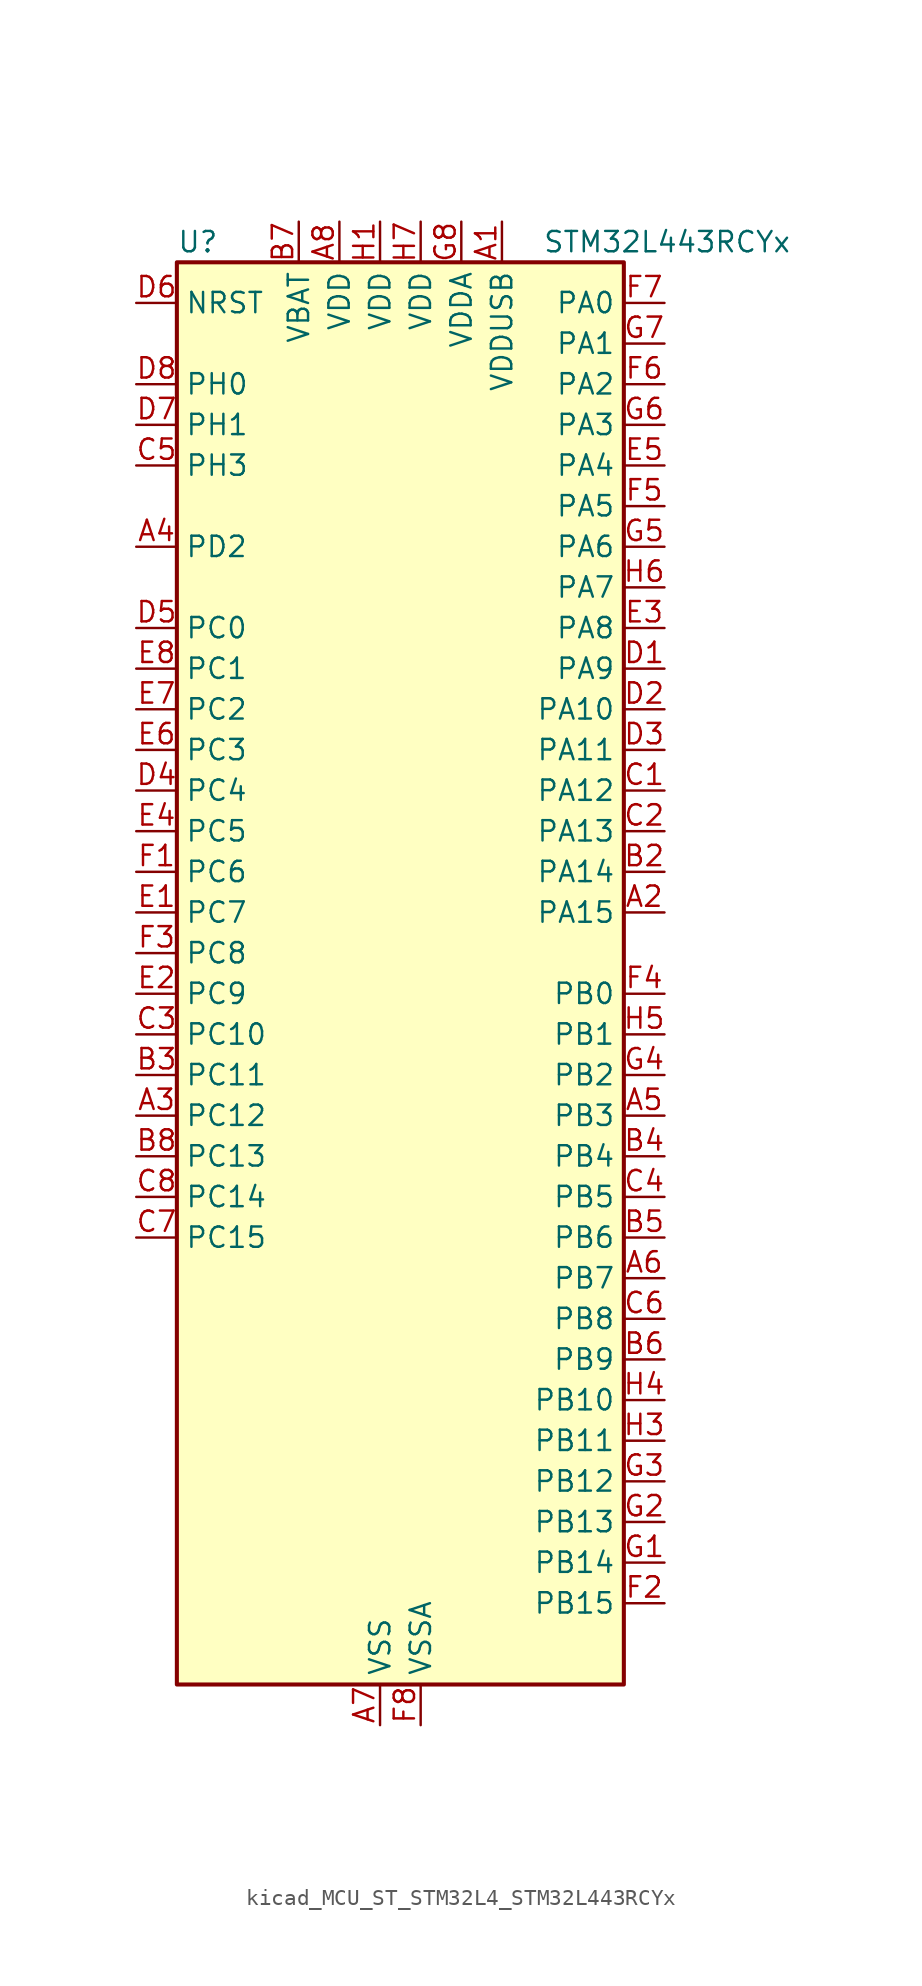
<source format=kicad_sym>
(kicad_symbol_lib
  (version 20220914)
  (generator kicad_symbol_editor)
  (symbol "kicad_MCU_ST_STM32L4_STM32L443RCYx"
    (property "Reference" "U"
      (at -12.7 46.99 0)
      (effects (font (size 1.27 1.27)) (justify left)))
    (property "Value" "STM32L443RCYx"
      (at 10.16 46.99 0)
      (effects (font (size 1.27 1.27)) (justify left)))
    (property "ki_locked" ""
      (at 0 0 0)
      (effects (font (size 1.27 1.27))))
    (symbol "kicad_MCU_ST_STM32L4_STM32L443RCYx_0_1"
      (rectangle (start -12.7 -43.18) (end 15.24 45.72) (stroke (width 0.254) (type default)) (fill (type background))))
    (symbol "kicad_MCU_ST_STM32L4_STM32L443RCYx_1_1"
      (pin power_in line (at 7.62 48.26 270) (length 2.54) (name "VDDUSB" (effects (font (size 1.27 1.27)))) (number "A1" (effects (font (size 1.27 1.27)))))
      (pin bidirectional line (at 17.78 5.08 180) (length 2.54) (name "PA15" (effects (font (size 1.27 1.27)))) (number "A2" (effects (font (size 1.27 1.27)))) (alternate "ADC1_EXTI15" bidirectional line) (alternate "LCD_SEG17" bidirectional line) (alternate "SPI1_NSS" bidirectional line) (alternate "SPI3_NSS" bidirectional line) (alternate "SWPMI1_SUSPEND" bidirectional line) (alternate "SYS_JTDI" bidirectional line) (alternate "TIM2_CH1" bidirectional line) (alternate "TIM2_ETR" bidirectional line) (alternate "TSC_G3_IO1" bidirectional line) (alternate "USART2_RX" bidirectional line) (alternate "USART3_DE" bidirectional line) (alternate "USART3_RTS" bidirectional line))
      (pin bidirectional line (at -15.24 -7.62 0) (length 2.54) (name "PC12" (effects (font (size 1.27 1.27)))) (number "A3" (effects (font (size 1.27 1.27)))) (alternate "LCD_COM6" bidirectional line) (alternate "LCD_SEG30" bidirectional line) (alternate "LCD_SEG42" bidirectional line) (alternate "SDMMC1_CK" bidirectional line) (alternate "SPI3_MOSI" bidirectional line) (alternate "TSC_G3_IO4" bidirectional line) (alternate "USART3_CK" bidirectional line))
      (pin bidirectional line (at -15.24 27.94 0) (length 2.54) (name "PD2" (effects (font (size 1.27 1.27)))) (number "A4" (effects (font (size 1.27 1.27)))) (alternate "LCD_COM7" bidirectional line) (alternate "LCD_SEG31" bidirectional line) (alternate "LCD_SEG43" bidirectional line) (alternate "SDMMC1_CMD" bidirectional line) (alternate "TSC_SYNC" bidirectional line) (alternate "USART3_DE" bidirectional line) (alternate "USART3_RTS" bidirectional line))
      (pin bidirectional line (at 17.78 -7.62 180) (length 2.54) (name "PB3" (effects (font (size 1.27 1.27)))) (number "A5" (effects (font (size 1.27 1.27)))) (alternate "COMP2_INM" bidirectional line) (alternate "LCD_SEG7" bidirectional line) (alternate "SAI1_SCK_B" bidirectional line) (alternate "SPI1_SCK" bidirectional line) (alternate "SPI3_SCK" bidirectional line) (alternate "SYS_JTDO-SWO" bidirectional line) (alternate "TIM2_CH2" bidirectional line) (alternate "USART1_DE" bidirectional line) (alternate "USART1_RTS" bidirectional line))
      (pin bidirectional line (at 17.78 -17.78 180) (length 2.54) (name "PB7" (effects (font (size 1.27 1.27)))) (number "A6" (effects (font (size 1.27 1.27)))) (alternate "COMP2_INM" bidirectional line) (alternate "I2C1_SDA" bidirectional line) (alternate "LCD_SEG21" bidirectional line) (alternate "LPTIM1_IN2" bidirectional line) (alternate "SYS_PVD_IN" bidirectional line) (alternate "TSC_G2_IO4" bidirectional line) (alternate "USART1_RX" bidirectional line))
      (pin power_in line (at 0 -45.72 90) (length 2.54) (name "VSS" (effects (font (size 1.27 1.27)))) (number "A7" (effects (font (size 1.27 1.27)))))
      (pin power_in line (at -2.54 48.26 270) (length 2.54) (name "VDD" (effects (font (size 1.27 1.27)))) (number "A8" (effects (font (size 1.27 1.27)))))
      (pin passive line (at 0 -45.72 90) (length 2.54) hide (name "VSS" (effects (font (size 1.27 1.27)))) (number "B1" (effects (font (size 1.27 1.27)))))
      (pin bidirectional line (at 17.78 7.62 180) (length 2.54) (name "PA14" (effects (font (size 1.27 1.27)))) (number "B2" (effects (font (size 1.27 1.27)))) (alternate "I2C1_SMBA" bidirectional line) (alternate "LPTIM1_OUT" bidirectional line) (alternate "SAI1_FS_B" bidirectional line) (alternate "SWPMI1_RX" bidirectional line) (alternate "SYS_JTCK-SWCLK" bidirectional line))
      (pin bidirectional line (at -15.24 -5.08 0) (length 2.54) (name "PC11" (effects (font (size 1.27 1.27)))) (number "B3" (effects (font (size 1.27 1.27)))) (alternate "ADC1_EXTI11" bidirectional line) (alternate "LCD_COM5" bidirectional line) (alternate "LCD_SEG29" bidirectional line) (alternate "LCD_SEG41" bidirectional line) (alternate "SDMMC1_D3" bidirectional line) (alternate "SPI3_MISO" bidirectional line) (alternate "TSC_G3_IO3" bidirectional line) (alternate "USART3_RX" bidirectional line))
      (pin bidirectional line (at 17.78 -10.16 180) (length 2.54) (name "PB4" (effects (font (size 1.27 1.27)))) (number "B4" (effects (font (size 1.27 1.27)))) (alternate "COMP2_INP" bidirectional line) (alternate "I2C3_SDA" bidirectional line) (alternate "LCD_SEG8" bidirectional line) (alternate "SAI1_MCLK_B" bidirectional line) (alternate "SPI1_MISO" bidirectional line) (alternate "SPI3_MISO" bidirectional line) (alternate "SYS_JTRST" bidirectional line) (alternate "TSC_G2_IO1" bidirectional line) (alternate "USART1_CTS" bidirectional line))
      (pin bidirectional line (at 17.78 -15.24 180) (length 2.54) (name "PB6" (effects (font (size 1.27 1.27)))) (number "B5" (effects (font (size 1.27 1.27)))) (alternate "COMP2_INP" bidirectional line) (alternate "I2C1_SCL" bidirectional line) (alternate "LPTIM1_ETR" bidirectional line) (alternate "SAI1_FS_B" bidirectional line) (alternate "TIM16_CH1N" bidirectional line) (alternate "TSC_G2_IO3" bidirectional line) (alternate "USART1_TX" bidirectional line))
      (pin bidirectional line (at 17.78 -22.86 180) (length 2.54) (name "PB9" (effects (font (size 1.27 1.27)))) (number "B6" (effects (font (size 1.27 1.27)))) (alternate "CAN1_TX" bidirectional line) (alternate "DAC1_EXTI9" bidirectional line) (alternate "I2C1_SDA" bidirectional line) (alternate "IR_OUT" bidirectional line) (alternate "LCD_COM3" bidirectional line) (alternate "SAI1_FS_A" bidirectional line) (alternate "SDMMC1_D5" bidirectional line) (alternate "SPI2_NSS" bidirectional line))
      (pin power_in line (at -5.08 48.26 270) (length 2.54) (name "VBAT" (effects (font (size 1.27 1.27)))) (number "B7" (effects (font (size 1.27 1.27)))))
      (pin bidirectional line (at -15.24 -10.16 0) (length 2.54) (name "PC13" (effects (font (size 1.27 1.27)))) (number "B8" (effects (font (size 1.27 1.27)))) (alternate "RTC_OUT_ALARM" bidirectional line) (alternate "RTC_OUT_CALIB" bidirectional line) (alternate "RTC_TAMP1" bidirectional line) (alternate "RTC_TS" bidirectional line) (alternate "SYS_WKUP2" bidirectional line))
      (pin bidirectional line (at 17.78 12.7 180) (length 2.54) (name "PA12" (effects (font (size 1.27 1.27)))) (number "C1" (effects (font (size 1.27 1.27)))) (alternate "CAN1_TX" bidirectional line) (alternate "SPI1_MOSI" bidirectional line) (alternate "TIM1_ETR" bidirectional line) (alternate "USART1_DE" bidirectional line) (alternate "USART1_RTS" bidirectional line) (alternate "USB_DP" bidirectional line))
      (pin bidirectional line (at 17.78 10.16 180) (length 2.54) (name "PA13" (effects (font (size 1.27 1.27)))) (number "C2" (effects (font (size 1.27 1.27)))) (alternate "IR_OUT" bidirectional line) (alternate "SAI1_SD_B" bidirectional line) (alternate "SWPMI1_TX" bidirectional line) (alternate "SYS_JTMS-SWDIO" bidirectional line) (alternate "USB_NOE" bidirectional line))
      (pin bidirectional line (at -15.24 -2.54 0) (length 2.54) (name "PC10" (effects (font (size 1.27 1.27)))) (number "C3" (effects (font (size 1.27 1.27)))) (alternate "LCD_COM4" bidirectional line) (alternate "LCD_SEG28" bidirectional line) (alternate "LCD_SEG40" bidirectional line) (alternate "SDMMC1_D2" bidirectional line) (alternate "SPI3_SCK" bidirectional line) (alternate "TSC_G3_IO2" bidirectional line) (alternate "USART3_TX" bidirectional line))
      (pin bidirectional line (at 17.78 -12.7 180) (length 2.54) (name "PB5" (effects (font (size 1.27 1.27)))) (number "C4" (effects (font (size 1.27 1.27)))) (alternate "COMP2_OUT" bidirectional line) (alternate "I2C1_SMBA" bidirectional line) (alternate "LCD_SEG9" bidirectional line) (alternate "LPTIM1_IN1" bidirectional line) (alternate "SAI1_SD_B" bidirectional line) (alternate "SPI1_MOSI" bidirectional line) (alternate "SPI3_MOSI" bidirectional line) (alternate "TIM16_BKIN" bidirectional line) (alternate "TSC_G2_IO2" bidirectional line) (alternate "USART1_CK" bidirectional line))
      (pin bidirectional line (at -15.24 33.02 0) (length 2.54) (name "PH3" (effects (font (size 1.27 1.27)))) (number "C5" (effects (font (size 1.27 1.27)))))
      (pin bidirectional line (at 17.78 -20.32 180) (length 2.54) (name "PB8" (effects (font (size 1.27 1.27)))) (number "C6" (effects (font (size 1.27 1.27)))) (alternate "CAN1_RX" bidirectional line) (alternate "I2C1_SCL" bidirectional line) (alternate "LCD_SEG16" bidirectional line) (alternate "SAI1_MCLK_A" bidirectional line) (alternate "SDMMC1_D4" bidirectional line) (alternate "TIM16_CH1" bidirectional line))
      (pin bidirectional line (at -15.24 -15.24 0) (length 2.54) (name "PC15" (effects (font (size 1.27 1.27)))) (number "C7" (effects (font (size 1.27 1.27)))) (alternate "ADC1_EXTI15" bidirectional line) (alternate "RCC_OSC32_OUT" bidirectional line))
      (pin bidirectional line (at -15.24 -12.7 0) (length 2.54) (name "PC14" (effects (font (size 1.27 1.27)))) (number "C8" (effects (font (size 1.27 1.27)))) (alternate "RCC_OSC32_IN" bidirectional line))
      (pin bidirectional line (at 17.78 20.32 180) (length 2.54) (name "PA9" (effects (font (size 1.27 1.27)))) (number "D1" (effects (font (size 1.27 1.27)))) (alternate "DAC1_EXTI9" bidirectional line) (alternate "I2C1_SCL" bidirectional line) (alternate "LCD_COM1" bidirectional line) (alternate "SAI1_FS_A" bidirectional line) (alternate "TIM15_BKIN" bidirectional line) (alternate "TIM1_CH2" bidirectional line) (alternate "USART1_TX" bidirectional line))
      (pin bidirectional line (at 17.78 17.78 180) (length 2.54) (name "PA10" (effects (font (size 1.27 1.27)))) (number "D2" (effects (font (size 1.27 1.27)))) (alternate "CRS_SYNC" bidirectional line) (alternate "I2C1_SDA" bidirectional line) (alternate "LCD_COM2" bidirectional line) (alternate "SAI1_SD_A" bidirectional line) (alternate "TIM1_CH3" bidirectional line) (alternate "USART1_RX" bidirectional line))
      (pin bidirectional line (at 17.78 15.24 180) (length 2.54) (name "PA11" (effects (font (size 1.27 1.27)))) (number "D3" (effects (font (size 1.27 1.27)))) (alternate "ADC1_EXTI11" bidirectional line) (alternate "CAN1_RX" bidirectional line) (alternate "COMP1_OUT" bidirectional line) (alternate "SPI1_MISO" bidirectional line) (alternate "TIM1_BKIN2" bidirectional line) (alternate "TIM1_BKIN2_COMP1" bidirectional line) (alternate "TIM1_CH4" bidirectional line) (alternate "USART1_CTS" bidirectional line) (alternate "USB_DM" bidirectional line))
      (pin bidirectional line (at -15.24 12.7 0) (length 2.54) (name "PC4" (effects (font (size 1.27 1.27)))) (number "D4" (effects (font (size 1.27 1.27)))) (alternate "ADC1_IN13" bidirectional line) (alternate "COMP1_INM" bidirectional line) (alternate "LCD_SEG22" bidirectional line) (alternate "USART3_TX" bidirectional line))
      (pin bidirectional line (at -15.24 22.86 0) (length 2.54) (name "PC0" (effects (font (size 1.27 1.27)))) (number "D5" (effects (font (size 1.27 1.27)))) (alternate "ADC1_IN1" bidirectional line) (alternate "I2C3_SCL" bidirectional line) (alternate "LCD_SEG18" bidirectional line) (alternate "LPTIM1_IN1" bidirectional line) (alternate "LPTIM2_IN1" bidirectional line) (alternate "LPUART1_RX" bidirectional line))
      (pin input line (at -15.24 43.18 0) (length 2.54) (name "NRST" (effects (font (size 1.27 1.27)))) (number "D6" (effects (font (size 1.27 1.27)))))
      (pin bidirectional line (at -15.24 35.56 0) (length 2.54) (name "PH1" (effects (font (size 1.27 1.27)))) (number "D7" (effects (font (size 1.27 1.27)))) (alternate "RCC_OSC_OUT" bidirectional line))
      (pin bidirectional line (at -15.24 38.1 0) (length 2.54) (name "PH0" (effects (font (size 1.27 1.27)))) (number "D8" (effects (font (size 1.27 1.27)))) (alternate "RCC_OSC_IN" bidirectional line))
      (pin bidirectional line (at -15.24 5.08 0) (length 2.54) (name "PC7" (effects (font (size 1.27 1.27)))) (number "E1" (effects (font (size 1.27 1.27)))) (alternate "LCD_SEG25" bidirectional line) (alternate "SDMMC1_D7" bidirectional line) (alternate "TSC_G4_IO2" bidirectional line))
      (pin bidirectional line (at -15.24 0 0) (length 2.54) (name "PC9" (effects (font (size 1.27 1.27)))) (number "E2" (effects (font (size 1.27 1.27)))) (alternate "DAC1_EXTI9" bidirectional line) (alternate "LCD_SEG27" bidirectional line) (alternate "SDMMC1_D1" bidirectional line) (alternate "TSC_G4_IO4" bidirectional line) (alternate "USB_NOE" bidirectional line))
      (pin bidirectional line (at 17.78 22.86 180) (length 2.54) (name "PA8" (effects (font (size 1.27 1.27)))) (number "E3" (effects (font (size 1.27 1.27)))) (alternate "LCD_COM0" bidirectional line) (alternate "LPTIM2_OUT" bidirectional line) (alternate "RCC_MCO" bidirectional line) (alternate "SAI1_SCK_A" bidirectional line) (alternate "SWPMI1_IO" bidirectional line) (alternate "TIM1_CH1" bidirectional line) (alternate "USART1_CK" bidirectional line))
      (pin bidirectional line (at -15.24 10.16 0) (length 2.54) (name "PC5" (effects (font (size 1.27 1.27)))) (number "E4" (effects (font (size 1.27 1.27)))) (alternate "ADC1_IN14" bidirectional line) (alternate "COMP1_INP" bidirectional line) (alternate "LCD_SEG23" bidirectional line) (alternate "SYS_WKUP5" bidirectional line) (alternate "USART3_RX" bidirectional line))
      (pin bidirectional line (at 17.78 33.02 180) (length 2.54) (name "PA4" (effects (font (size 1.27 1.27)))) (number "E5" (effects (font (size 1.27 1.27)))) (alternate "ADC1_IN9" bidirectional line) (alternate "COMP1_INM" bidirectional line) (alternate "COMP2_INM" bidirectional line) (alternate "DAC1_OUT1" bidirectional line) (alternate "LPTIM2_OUT" bidirectional line) (alternate "SAI1_FS_B" bidirectional line) (alternate "SPI1_NSS" bidirectional line) (alternate "SPI3_NSS" bidirectional line) (alternate "USART2_CK" bidirectional line))
      (pin bidirectional line (at -15.24 15.24 0) (length 2.54) (name "PC3" (effects (font (size 1.27 1.27)))) (number "E6" (effects (font (size 1.27 1.27)))) (alternate "ADC1_IN4" bidirectional line) (alternate "LCD_VLCD" bidirectional line) (alternate "LPTIM1_ETR" bidirectional line) (alternate "LPTIM2_ETR" bidirectional line) (alternate "SAI1_SD_A" bidirectional line) (alternate "SPI2_MOSI" bidirectional line))
      (pin bidirectional line (at -15.24 17.78 0) (length 2.54) (name "PC2" (effects (font (size 1.27 1.27)))) (number "E7" (effects (font (size 1.27 1.27)))) (alternate "ADC1_IN3" bidirectional line) (alternate "LCD_SEG20" bidirectional line) (alternate "LPTIM1_IN2" bidirectional line) (alternate "SPI2_MISO" bidirectional line))
      (pin bidirectional line (at -15.24 20.32 0) (length 2.54) (name "PC1" (effects (font (size 1.27 1.27)))) (number "E8" (effects (font (size 1.27 1.27)))) (alternate "ADC1_IN2" bidirectional line) (alternate "I2C3_SDA" bidirectional line) (alternate "LCD_SEG19" bidirectional line) (alternate "LPTIM1_OUT" bidirectional line) (alternate "LPUART1_TX" bidirectional line))
      (pin bidirectional line (at -15.24 7.62 0) (length 2.54) (name "PC6" (effects (font (size 1.27 1.27)))) (number "F1" (effects (font (size 1.27 1.27)))) (alternate "LCD_SEG24" bidirectional line) (alternate "SDMMC1_D6" bidirectional line) (alternate "TSC_G4_IO1" bidirectional line))
      (pin bidirectional line (at 17.78 -38.1 180) (length 2.54) (name "PB15" (effects (font (size 1.27 1.27)))) (number "F2" (effects (font (size 1.27 1.27)))) (alternate "ADC1_EXTI15" bidirectional line) (alternate "LCD_SEG15" bidirectional line) (alternate "RTC_REFIN" bidirectional line) (alternate "SAI1_SD_A" bidirectional line) (alternate "SPI2_MOSI" bidirectional line) (alternate "SWPMI1_SUSPEND" bidirectional line) (alternate "TIM15_CH2" bidirectional line) (alternate "TIM1_CH3N" bidirectional line) (alternate "TSC_G1_IO4" bidirectional line))
      (pin bidirectional line (at -15.24 2.54 0) (length 2.54) (name "PC8" (effects (font (size 1.27 1.27)))) (number "F3" (effects (font (size 1.27 1.27)))) (alternate "LCD_SEG26" bidirectional line) (alternate "SDMMC1_D0" bidirectional line) (alternate "TSC_G4_IO3" bidirectional line))
      (pin bidirectional line (at 17.78 0 180) (length 2.54) (name "PB0" (effects (font (size 1.27 1.27)))) (number "F4" (effects (font (size 1.27 1.27)))) (alternate "ADC1_IN15" bidirectional line) (alternate "COMP1_OUT" bidirectional line) (alternate "LCD_SEG5" bidirectional line) (alternate "QUADSPI_BK1_IO1" bidirectional line) (alternate "SAI1_EXTCLK" bidirectional line) (alternate "SPI1_NSS" bidirectional line) (alternate "TIM1_CH2N" bidirectional line) (alternate "USART3_CK" bidirectional line))
      (pin bidirectional line (at 17.78 30.48 180) (length 2.54) (name "PA5" (effects (font (size 1.27 1.27)))) (number "F5" (effects (font (size 1.27 1.27)))) (alternate "ADC1_IN10" bidirectional line) (alternate "COMP1_INM" bidirectional line) (alternate "COMP2_INM" bidirectional line) (alternate "DAC1_OUT2" bidirectional line) (alternate "LPTIM2_ETR" bidirectional line) (alternate "SPI1_SCK" bidirectional line) (alternate "TIM2_CH1" bidirectional line) (alternate "TIM2_ETR" bidirectional line))
      (pin bidirectional line (at 17.78 38.1 180) (length 2.54) (name "PA2" (effects (font (size 1.27 1.27)))) (number "F6" (effects (font (size 1.27 1.27)))) (alternate "ADC1_IN7" bidirectional line) (alternate "COMP2_INM" bidirectional line) (alternate "COMP2_OUT" bidirectional line) (alternate "LCD_SEG1" bidirectional line) (alternate "LPUART1_TX" bidirectional line) (alternate "QUADSPI_BK1_NCS" bidirectional line) (alternate "RCC_LSCO" bidirectional line) (alternate "SYS_WKUP4" bidirectional line) (alternate "TIM15_CH1" bidirectional line) (alternate "TIM2_CH3" bidirectional line) (alternate "USART2_TX" bidirectional line))
      (pin bidirectional line (at 17.78 43.18 180) (length 2.54) (name "PA0" (effects (font (size 1.27 1.27)))) (number "F7" (effects (font (size 1.27 1.27)))) (alternate "ADC1_IN5" bidirectional line) (alternate "COMP1_INM" bidirectional line) (alternate "COMP1_OUT" bidirectional line) (alternate "OPAMP1_VINP" bidirectional line) (alternate "RTC_TAMP2" bidirectional line) (alternate "SAI1_EXTCLK" bidirectional line) (alternate "SYS_WKUP1" bidirectional line) (alternate "TIM2_CH1" bidirectional line) (alternate "TIM2_ETR" bidirectional line) (alternate "USART2_CTS" bidirectional line))
      (pin power_in line (at 2.54 -45.72 90) (length 2.54) (name "VSSA" (effects (font (size 1.27 1.27)))) (number "F8" (effects (font (size 1.27 1.27)))))
      (pin bidirectional line (at 17.78 -35.56 180) (length 2.54) (name "PB14" (effects (font (size 1.27 1.27)))) (number "G1" (effects (font (size 1.27 1.27)))) (alternate "I2C2_SDA" bidirectional line) (alternate "LCD_SEG14" bidirectional line) (alternate "SAI1_MCLK_A" bidirectional line) (alternate "SPI2_MISO" bidirectional line) (alternate "SWPMI1_RX" bidirectional line) (alternate "TIM15_CH1" bidirectional line) (alternate "TIM1_CH2N" bidirectional line) (alternate "TSC_G1_IO3" bidirectional line) (alternate "USART3_DE" bidirectional line) (alternate "USART3_RTS" bidirectional line))
      (pin bidirectional line (at 17.78 -33.02 180) (length 2.54) (name "PB13" (effects (font (size 1.27 1.27)))) (number "G2" (effects (font (size 1.27 1.27)))) (alternate "I2C2_SCL" bidirectional line) (alternate "LCD_SEG13" bidirectional line) (alternate "LPUART1_CTS" bidirectional line) (alternate "SAI1_SCK_A" bidirectional line) (alternate "SPI2_SCK" bidirectional line) (alternate "SWPMI1_TX" bidirectional line) (alternate "TIM15_CH1N" bidirectional line) (alternate "TIM1_CH1N" bidirectional line) (alternate "TSC_G1_IO2" bidirectional line) (alternate "USART3_CTS" bidirectional line))
      (pin bidirectional line (at 17.78 -30.48 180) (length 2.54) (name "PB12" (effects (font (size 1.27 1.27)))) (number "G3" (effects (font (size 1.27 1.27)))) (alternate "I2C2_SMBA" bidirectional line) (alternate "LCD_SEG12" bidirectional line) (alternate "LPUART1_DE" bidirectional line) (alternate "LPUART1_RTS" bidirectional line) (alternate "SAI1_FS_A" bidirectional line) (alternate "SPI2_NSS" bidirectional line) (alternate "SWPMI1_IO" bidirectional line) (alternate "TIM15_BKIN" bidirectional line) (alternate "TIM1_BKIN" bidirectional line) (alternate "TIM1_BKIN_COMP2" bidirectional line) (alternate "TSC_G1_IO1" bidirectional line) (alternate "USART3_CK" bidirectional line))
      (pin bidirectional line (at 17.78 -5.08 180) (length 2.54) (name "PB2" (effects (font (size 1.27 1.27)))) (number "G4" (effects (font (size 1.27 1.27)))) (alternate "COMP1_INP" bidirectional line) (alternate "I2C3_SMBA" bidirectional line) (alternate "LCD_VLCD" bidirectional line) (alternate "LPTIM1_OUT" bidirectional line) (alternate "RTC_OUT_ALARM" bidirectional line) (alternate "RTC_OUT_CALIB" bidirectional line))
      (pin bidirectional line (at 17.78 27.94 180) (length 2.54) (name "PA6" (effects (font (size 1.27 1.27)))) (number "G5" (effects (font (size 1.27 1.27)))) (alternate "ADC1_IN11" bidirectional line) (alternate "COMP1_OUT" bidirectional line) (alternate "LCD_SEG3" bidirectional line) (alternate "LPUART1_CTS" bidirectional line) (alternate "QUADSPI_BK1_IO3" bidirectional line) (alternate "SPI1_MISO" bidirectional line) (alternate "TIM16_CH1" bidirectional line) (alternate "TIM1_BKIN" bidirectional line) (alternate "TIM1_BKIN_COMP2" bidirectional line) (alternate "USART3_CTS" bidirectional line))
      (pin bidirectional line (at 17.78 35.56 180) (length 2.54) (name "PA3" (effects (font (size 1.27 1.27)))) (number "G6" (effects (font (size 1.27 1.27)))) (alternate "ADC1_IN8" bidirectional line) (alternate "COMP2_INP" bidirectional line) (alternate "LCD_SEG2" bidirectional line) (alternate "LPUART1_RX" bidirectional line) (alternate "OPAMP1_VOUT" bidirectional line) (alternate "QUADSPI_CLK" bidirectional line) (alternate "SAI1_MCLK_A" bidirectional line) (alternate "TIM15_CH2" bidirectional line) (alternate "TIM2_CH4" bidirectional line) (alternate "USART2_RX" bidirectional line))
      (pin bidirectional line (at 17.78 40.64 180) (length 2.54) (name "PA1" (effects (font (size 1.27 1.27)))) (number "G7" (effects (font (size 1.27 1.27)))) (alternate "ADC1_IN6" bidirectional line) (alternate "COMP1_INP" bidirectional line) (alternate "I2C1_SMBA" bidirectional line) (alternate "LCD_SEG0" bidirectional line) (alternate "OPAMP1_VINM" bidirectional line) (alternate "SPI1_SCK" bidirectional line) (alternate "TIM15_CH1N" bidirectional line) (alternate "TIM2_CH2" bidirectional line) (alternate "USART2_DE" bidirectional line) (alternate "USART2_RTS" bidirectional line))
      (pin power_in line (at 5.08 48.26 270) (length 2.54) (name "VDDA" (effects (font (size 1.27 1.27)))) (number "G8" (effects (font (size 1.27 1.27)))))
      (pin power_in line (at 0 48.26 270) (length 2.54) (name "VDD" (effects (font (size 1.27 1.27)))) (number "H1" (effects (font (size 1.27 1.27)))))
      (pin passive line (at 0 -45.72 90) (length 2.54) hide (name "VSS" (effects (font (size 1.27 1.27)))) (number "H2" (effects (font (size 1.27 1.27)))))
      (pin bidirectional line (at 17.78 -27.94 180) (length 2.54) (name "PB11" (effects (font (size 1.27 1.27)))) (number "H3" (effects (font (size 1.27 1.27)))) (alternate "ADC1_EXTI11" bidirectional line) (alternate "COMP2_OUT" bidirectional line) (alternate "I2C2_SDA" bidirectional line) (alternate "LCD_SEG11" bidirectional line) (alternate "LPUART1_TX" bidirectional line) (alternate "QUADSPI_BK1_NCS" bidirectional line) (alternate "TIM2_CH4" bidirectional line) (alternate "USART3_RX" bidirectional line))
      (pin bidirectional line (at 17.78 -25.4 180) (length 2.54) (name "PB10" (effects (font (size 1.27 1.27)))) (number "H4" (effects (font (size 1.27 1.27)))) (alternate "COMP1_OUT" bidirectional line) (alternate "I2C2_SCL" bidirectional line) (alternate "LCD_SEG10" bidirectional line) (alternate "LPUART1_RX" bidirectional line) (alternate "QUADSPI_CLK" bidirectional line) (alternate "SAI1_SCK_A" bidirectional line) (alternate "SPI2_SCK" bidirectional line) (alternate "TIM2_CH3" bidirectional line) (alternate "TSC_SYNC" bidirectional line) (alternate "USART3_TX" bidirectional line))
      (pin bidirectional line (at 17.78 -2.54 180) (length 2.54) (name "PB1" (effects (font (size 1.27 1.27)))) (number "H5" (effects (font (size 1.27 1.27)))) (alternate "ADC1_IN16" bidirectional line) (alternate "COMP1_INM" bidirectional line) (alternate "LCD_SEG6" bidirectional line) (alternate "LPTIM2_IN1" bidirectional line) (alternate "LPUART1_DE" bidirectional line) (alternate "LPUART1_RTS" bidirectional line) (alternate "QUADSPI_BK1_IO0" bidirectional line) (alternate "TIM1_CH3N" bidirectional line) (alternate "USART3_DE" bidirectional line) (alternate "USART3_RTS" bidirectional line))
      (pin bidirectional line (at 17.78 25.4 180) (length 2.54) (name "PA7" (effects (font (size 1.27 1.27)))) (number "H6" (effects (font (size 1.27 1.27)))) (alternate "ADC1_IN12" bidirectional line) (alternate "COMP2_OUT" bidirectional line) (alternate "I2C3_SCL" bidirectional line) (alternate "LCD_SEG4" bidirectional line) (alternate "QUADSPI_BK1_IO2" bidirectional line) (alternate "SPI1_MOSI" bidirectional line) (alternate "TIM1_CH1N" bidirectional line))
      (pin power_in line (at 2.54 48.26 270) (length 2.54) (name "VDD" (effects (font (size 1.27 1.27)))) (number "H7" (effects (font (size 1.27 1.27)))))
      (pin passive line (at 0 -45.72 90) (length 2.54) hide (name "VSS" (effects (font (size 1.27 1.27)))) (number "H8" (effects (font (size 1.27 1.27))))))))
</source>
